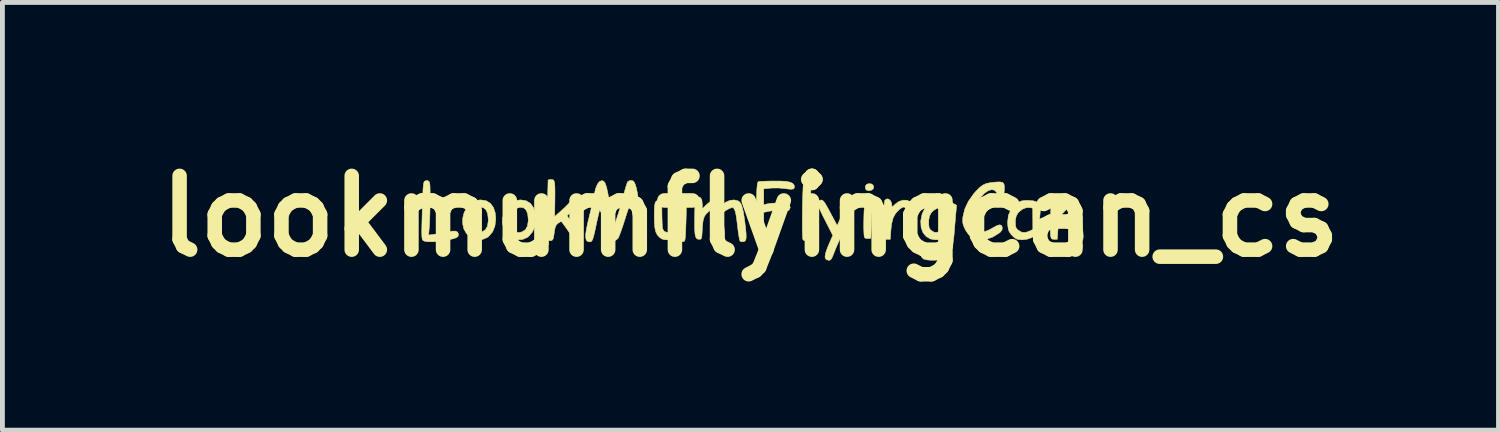
<source format=kicad_pcb>
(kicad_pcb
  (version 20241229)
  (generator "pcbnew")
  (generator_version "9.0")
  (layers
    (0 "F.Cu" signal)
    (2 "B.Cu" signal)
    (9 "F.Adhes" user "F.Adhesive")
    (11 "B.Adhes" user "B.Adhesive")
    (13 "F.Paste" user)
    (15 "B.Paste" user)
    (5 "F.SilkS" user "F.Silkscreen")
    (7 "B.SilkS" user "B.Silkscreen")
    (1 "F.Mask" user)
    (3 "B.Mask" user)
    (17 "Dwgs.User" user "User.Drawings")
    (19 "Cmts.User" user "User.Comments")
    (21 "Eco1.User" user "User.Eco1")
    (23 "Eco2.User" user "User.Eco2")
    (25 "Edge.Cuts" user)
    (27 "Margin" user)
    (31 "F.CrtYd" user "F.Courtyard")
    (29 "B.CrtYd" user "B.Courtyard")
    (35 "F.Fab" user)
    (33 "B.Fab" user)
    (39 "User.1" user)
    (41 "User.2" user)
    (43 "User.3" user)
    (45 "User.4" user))
  (footprint "lookmumflyingcan_cs"
    (layer "F.Cu")
    (at 12.453 1.418)
    (property "Reference" "lookmumflyingcan_cs" (at 0 0 0) (layer "F.SilkS") (effects (font (size 1.524 1.524) (thickness 0.3))))
    (attr through_hole)
    (fp_poly (pts (xy 2.504 -0.667) (xy 2.54 -0.635) (xy 2.546 -0.589) (xy 2.538 -0.569) (xy 2.505 -0.541) (xy 2.455 -0.529) (xy 2.407 -0.535) (xy 2.379 -0.56) (xy 2.372 -0.62) (xy 2.401 -0.66) (xy 2.444 -0.674) (xy 2.504 -0.667)) (stroke (width 0.01) (type solid)) (fill yes) (layer "F.SilkS"))
    (fp_poly (pts (xy 2.466 -0.332) (xy 2.492 -0.312) (xy 2.5 -0.28) (xy 2.504 -0.209) (xy 2.505 -0.103) (xy 2.502 0.035) (xy 2.5 0.085) (xy 2.487 0.455) (xy 2.431 0.462) (xy 2.383 0.457) (xy 2.357 0.44) (xy 2.349 0.407) (xy 2.344 0.34) (xy 2.341 0.25) (xy 2.341 0.144) (xy 2.343 0.032) (xy 2.346 -0.077) (xy 2.352 -0.174) (xy 2.358 -0.251) (xy 2.367 -0.298) (xy 2.371 -0.307) (xy 2.416 -0.335) (xy 2.466 -0.332)) (stroke (width 0.01) (type solid)) (fill yes) (layer "F.SilkS"))
    (fp_poly (pts (xy 1.197 -0.8) (xy 1.234 -0.771) (xy 1.24 -0.758) (xy 1.244 -0.721) (xy 1.246 -0.651) (xy 1.247 -0.553) (xy 1.246 -0.434) (xy 1.243 -0.301) (xy 1.24 -0.16) (xy 1.235 -0.019) (xy 1.23 0.117) (xy 1.224 0.241) (xy 1.218 0.346) (xy 1.212 0.425) (xy 1.205 0.472) (xy 1.202 0.482) (xy 1.158 0.506) (xy 1.107 0.5) (xy 1.086 0.485) (xy 1.08 0.458) (xy 1.076 0.396) (xy 1.073 0.304) (xy 1.072 0.189) (xy 1.072 0.059) (xy 1.073 -0.082) (xy 1.075 -0.225) (xy 1.078 -0.364) (xy 1.083 -0.494) (xy 1.088 -0.606) (xy 1.094 -0.696) (xy 1.1 -0.755) (xy 1.106 -0.778) (xy 1.148 -0.803) (xy 1.197 -0.8)) (stroke (width 0.01) (type solid)) (fill yes) (layer "F.SilkS"))
    (fp_poly (pts (xy -5.46 -0.321) (xy -5.373 -0.268) (xy -5.309 -0.183) (xy -5.272 -0.068) (xy -5.261 0.053) (xy -5.278 0.2) (xy -5.326 0.321) (xy -5.406 0.415) (xy -5.438 0.438) (xy -5.533 0.479) (xy -5.64 0.486) (xy -5.742 0.46) (xy -5.78 0.439) (xy -5.865 0.359) (xy -5.92 0.262) (xy -5.945 0.154) (xy -5.945 0.118) (xy -5.786 0.118) (xy -5.774 0.203) (xy -5.74 0.273) (xy -5.694 0.311) (xy -5.636 0.334) (xy -5.586 0.334) (xy -5.538 0.318) (xy -5.473 0.276) (xy -5.434 0.206) (xy -5.417 0.103) (xy -5.416 0.063) (xy -5.428 -0.051) (xy -5.461 -0.131) (xy -5.514 -0.176) (xy -5.584 -0.185) (xy -5.635 -0.171) (xy -5.7 -0.127) (xy -5.748 -0.058) (xy -5.777 0.028) (xy -5.786 0.118) (xy -5.945 0.118) (xy -5.944 0.041) (xy -5.918 -0.068) (xy -5.868 -0.168) (xy -5.797 -0.25) (xy -5.707 -0.309) (xy -5.6 -0.337) (xy -5.57 -0.338) (xy -5.46 -0.321)) (stroke (width 0.01) (type solid)) (fill yes) (layer "F.SilkS"))
    (fp_poly (pts (xy -4.635 -0.321) (xy -4.547 -0.268) (xy -4.484 -0.183) (xy -4.446 -0.068) (xy -4.436 0.053) (xy -4.452 0.2) (xy -4.501 0.321) (xy -4.581 0.415) (xy -4.612 0.438) (xy -4.708 0.479) (xy -4.814 0.486) (xy -4.916 0.46) (xy -4.955 0.439) (xy -5.04 0.359) (xy -5.094 0.262) (xy -5.12 0.154) (xy -5.119 0.118) (xy -4.961 0.118) (xy -4.949 0.203) (xy -4.915 0.273) (xy -4.868 0.311) (xy -4.811 0.334) (xy -4.76 0.334) (xy -4.712 0.318) (xy -4.648 0.276) (xy -4.608 0.206) (xy -4.591 0.103) (xy -4.59 0.063) (xy -4.602 -0.051) (xy -4.635 -0.131) (xy -4.688 -0.176) (xy -4.759 -0.185) (xy -4.81 -0.171) (xy -4.875 -0.127) (xy -4.922 -0.058) (xy -4.951 0.028) (xy -4.961 0.118) (xy -5.119 0.118) (xy -5.119 0.041) (xy -5.092 -0.068) (xy -5.043 -0.168) (xy -4.972 -0.25) (xy -4.882 -0.309) (xy -4.774 -0.337) (xy -4.745 -0.338) (xy -4.635 -0.321)) (stroke (width 0.01) (type solid)) (fill yes) (layer "F.SilkS"))
    (fp_poly (pts (xy 2.155 -0.311) (xy 2.159 -0.307) (xy 2.165 -0.29) (xy 2.163 -0.262) (xy 2.15 -0.218) (xy 2.125 -0.153) (xy 2.087 -0.062) (xy 2.033 0.059) (xy 1.985 0.164) (xy 1.922 0.301) (xy 1.863 0.435) (xy 1.809 0.558) (xy 1.764 0.662) (xy 1.733 0.739) (xy 1.726 0.757) (xy 1.695 0.836) (xy 1.67 0.882) (xy 1.647 0.905) (xy 1.619 0.91) (xy 1.618 0.91) (xy 1.571 0.896) (xy 1.548 0.874) (xy 1.541 0.83) (xy 1.553 0.759) (xy 1.588 0.658) (xy 1.641 0.531) (xy 1.702 0.395) (xy 1.539 0.076) (xy 1.484 -0.032) (xy 1.438 -0.129) (xy 1.402 -0.208) (xy 1.38 -0.261) (xy 1.375 -0.28) (xy 1.395 -0.313) (xy 1.433 -0.331) (xy 1.459 -0.336) (xy 1.482 -0.333) (xy 1.505 -0.316) (xy 1.533 -0.282) (xy 1.568 -0.224) (xy 1.616 -0.138) (xy 1.674 -0.03) (xy 1.792 0.191) (xy 1.874 0.006) (xy 1.939 -0.135) (xy 1.994 -0.237) (xy 2.04 -0.304) (xy 2.082 -0.336) (xy 2.119 -0.338) (xy 2.155 -0.311)) (stroke (width 0.01) (type solid)) (fill yes) (layer "F.SilkS"))
    (fp_poly (pts (xy -6.652 -0.728) (xy -6.638 -0.715) (xy -6.629 -0.694) (xy -6.622 -0.658) (xy -6.619 -0.6) (xy -6.617 -0.516) (xy -6.617 -0.398) (xy -6.617 -0.326) (xy -6.619 -0.188) (xy -6.622 -0.052) (xy -6.626 0.071) (xy -6.631 0.172) (xy -6.634 0.22) (xy -6.648 0.387) (xy -6.536 0.373) (xy -6.458 0.361) (xy -6.359 0.344) (xy -6.262 0.325) (xy -6.26 0.325) (xy -6.158 0.307) (xy -6.09 0.307) (xy -6.05 0.326) (xy -6.034 0.364) (xy -6.032 0.383) (xy -6.04 0.413) (xy -6.068 0.438) (xy -6.121 0.459) (xy -6.205 0.48) (xy -6.297 0.497) (xy -6.441 0.518) (xy -6.567 0.527) (xy -6.668 0.526) (xy -6.738 0.513) (xy -6.76 0.502) (xy -6.771 0.492) (xy -6.779 0.475) (xy -6.785 0.447) (xy -6.788 0.403) (xy -6.79 0.338) (xy -6.789 0.248) (xy -6.786 0.127) (xy -6.782 -0.029) (xy -6.78 -0.115) (xy -6.775 -0.29) (xy -6.77 -0.427) (xy -6.765 -0.532) (xy -6.76 -0.608) (xy -6.754 -0.661) (xy -6.747 -0.696) (xy -6.738 -0.716) (xy -6.727 -0.727) (xy -6.726 -0.728) (xy -6.68 -0.74) (xy -6.652 -0.728)) (stroke (width 0.01) (type solid)) (fill yes) (layer "F.SilkS"))
    (fp_poly (pts (xy 5.209 -0.699) (xy 5.238 -0.667) (xy 5.247 -0.608) (xy 5.245 -0.547) (xy 5.24 -0.481) (xy 5.229 -0.446) (xy 5.207 -0.432) (xy 5.182 -0.427) (xy 5.137 -0.431) (xy 5.104 -0.463) (xy 5.091 -0.486) (xy 5.046 -0.537) (xy 4.986 -0.551) (xy 4.914 -0.53) (xy 4.834 -0.476) (xy 4.749 -0.388) (xy 4.72 -0.352) (xy 4.633 -0.216) (xy 4.577 -0.082) (xy 4.553 0.043) (xy 4.563 0.156) (xy 4.593 0.228) (xy 4.652 0.297) (xy 4.725 0.329) (xy 4.813 0.326) (xy 4.92 0.286) (xy 5.001 0.242) (xy 5.088 0.194) (xy 5.148 0.176) (xy 5.185 0.188) (xy 5.202 0.229) (xy 5.203 0.236) (xy 5.197 0.283) (xy 5.164 0.326) (xy 5.139 0.346) (xy 5.006 0.429) (xy 4.872 0.475) (xy 4.743 0.484) (xy 4.625 0.457) (xy 4.579 0.433) (xy 4.507 0.377) (xy 4.45 0.296) (xy 4.433 0.263) (xy 4.4 0.19) (xy 4.386 0.13) (xy 4.385 0.061) (xy 4.389 0.015) (xy 4.426 -0.146) (xy 4.502 -0.308) (xy 4.613 -0.466) (xy 4.66 -0.519) (xy 4.736 -0.595) (xy 4.802 -0.645) (xy 4.872 -0.677) (xy 4.96 -0.695) (xy 5.062 -0.706) (xy 5.153 -0.71) (xy 5.209 -0.699)) (stroke (width 0.01) (type solid)) (fill yes) (layer "F.SilkS"))
    (fp_poly (pts (xy -1.37 -0.335) (xy -1.35 -0.322) (xy -1.337 -0.293) (xy -1.329 -0.244) (xy -1.325 -0.169) (xy -1.326 -0.063) (xy -1.33 0.078) (xy -1.331 0.116) (xy -1.336 0.256) (xy -1.34 0.359) (xy -1.345 0.431) (xy -1.351 0.478) (xy -1.358 0.505) (xy -1.369 0.519) (xy -1.384 0.524) (xy -1.391 0.525) (xy -1.441 0.513) (xy -1.463 0.49) (xy -1.492 0.461) (xy -1.533 0.465) (xy -1.54 0.468) (xy -1.59 0.479) (xy -1.662 0.486) (xy -1.705 0.487) (xy -1.781 0.483) (xy -1.834 0.466) (xy -1.882 0.431) (xy -1.885 0.428) (xy -1.927 0.381) (xy -1.956 0.321) (xy -1.974 0.24) (xy -1.984 0.132) (xy -1.987 -0.011) (xy -1.987 -0.021) (xy -1.985 -0.142) (xy -1.979 -0.227) (xy -1.967 -0.282) (xy -1.948 -0.313) (xy -1.919 -0.326) (xy -1.893 -0.328) (xy -1.831 -0.328) (xy -1.829 -0.063) (xy -1.827 0.044) (xy -1.824 0.141) (xy -1.819 0.216) (xy -1.813 0.259) (xy -1.813 0.26) (xy -1.785 0.308) (xy -1.729 0.332) (xy -1.643 0.332) (xy -1.593 0.325) (xy -1.492 0.307) (xy -1.486 0.012) (xy -1.482 -0.119) (xy -1.476 -0.214) (xy -1.465 -0.277) (xy -1.449 -0.316) (xy -1.426 -0.334) (xy -1.397 -0.339) (xy -1.37 -0.335)) (stroke (width 0.01) (type solid)) (fill yes) (layer "F.SilkS"))
    (fp_poly (pts (xy 2.862 -0.352) (xy 2.898 -0.316) (xy 2.919 -0.258) (xy 2.921 -0.23) (xy 2.923 -0.203) (xy 2.935 -0.2) (xy 2.964 -0.224) (xy 2.993 -0.252) (xy 3.074 -0.309) (xy 3.161 -0.334) (xy 3.244 -0.329) (xy 3.314 -0.292) (xy 3.364 -0.227) (xy 3.368 -0.216) (xy 3.379 -0.169) (xy 3.389 -0.094) (xy 3.396 -0.004) (xy 3.398 0.021) (xy 3.404 0.126) (xy 3.411 0.235) (xy 3.419 0.326) (xy 3.42 0.334) (xy 3.425 0.424) (xy 3.417 0.48) (xy 3.408 0.498) (xy 3.362 0.526) (xy 3.313 0.519) (xy 3.279 0.483) (xy 3.269 0.445) (xy 3.259 0.375) (xy 3.251 0.28) (xy 3.244 0.172) (xy 3.244 0.15) (xy 3.237 0.01) (xy 3.226 -0.09) (xy 3.21 -0.155) (xy 3.187 -0.187) (xy 3.154 -0.19) (xy 3.11 -0.166) (xy 3.07 -0.135) (xy 2.998 -0.058) (xy 2.947 0.037) (xy 2.916 0.157) (xy 2.902 0.286) (xy 2.889 0.476) (xy 2.826 0.476) (xy 2.782 0.471) (xy 2.76 0.447) (xy 2.75 0.402) (xy 2.745 0.348) (xy 2.743 0.266) (xy 2.744 0.166) (xy 2.746 0.056) (xy 2.751 -0.055) (xy 2.756 -0.159) (xy 2.763 -0.245) (xy 2.771 -0.307) (xy 2.778 -0.333) (xy 2.819 -0.36) (xy 2.862 -0.352)) (stroke (width 0.01) (type solid)) (fill yes) (layer "F.SilkS"))
    (fp_poly (pts (xy 6.312 -0.352) (xy 6.348 -0.316) (xy 6.369 -0.258) (xy 6.371 -0.23) (xy 6.373 -0.203) (xy 6.385 -0.2) (xy 6.414 -0.224) (xy 6.443 -0.252) (xy 6.524 -0.309) (xy 6.611 -0.334) (xy 6.694 -0.329) (xy 6.764 -0.292) (xy 6.814 -0.227) (xy 6.818 -0.216) (xy 6.829 -0.169) (xy 6.839 -0.094) (xy 6.846 -0.004) (xy 6.848 0.021) (xy 6.854 0.126) (xy 6.861 0.235) (xy 6.869 0.326) (xy 6.87 0.334) (xy 6.875 0.424) (xy 6.867 0.48) (xy 6.858 0.498) (xy 6.812 0.526) (xy 6.763 0.519) (xy 6.729 0.483) (xy 6.719 0.445) (xy 6.709 0.375) (xy 6.701 0.28) (xy 6.695 0.172) (xy 6.694 0.15) (xy 6.687 0.01) (xy 6.676 -0.09) (xy 6.661 -0.155) (xy 6.637 -0.187) (xy 6.604 -0.19) (xy 6.56 -0.166) (xy 6.52 -0.135) (xy 6.448 -0.058) (xy 6.397 0.037) (xy 6.366 0.157) (xy 6.352 0.286) (xy 6.339 0.476) (xy 6.276 0.476) (xy 6.232 0.471) (xy 6.211 0.447) (xy 6.2 0.402) (xy 6.196 0.348) (xy 6.194 0.266) (xy 6.194 0.166) (xy 6.197 0.056) (xy 6.201 -0.055) (xy 6.207 -0.159) (xy 6.213 -0.245) (xy 6.221 -0.307) (xy 6.228 -0.333) (xy 6.269 -0.36) (xy 6.312 -0.352)) (stroke (width 0.01) (type solid)) (fill yes) (layer "F.SilkS"))
    (fp_poly (pts (xy 5.85 -0.318) (xy 5.934 -0.29) (xy 5.983 -0.246) (xy 5.996 -0.188) (xy 5.984 -0.059) (xy 5.976 0.035) (xy 5.974 0.105) (xy 5.976 0.159) (xy 5.983 0.204) (xy 5.996 0.251) (xy 6.01 0.294) (xy 6.032 0.367) (xy 6.044 0.426) (xy 6.045 0.458) (xy 6.017 0.483) (xy 5.972 0.481) (xy 5.925 0.453) (xy 5.917 0.445) (xy 5.892 0.42) (xy 5.868 0.415) (xy 5.831 0.429) (xy 5.798 0.445) (xy 5.718 0.473) (xy 5.623 0.485) (xy 5.536 0.48) (xy 5.503 0.472) (xy 5.448 0.438) (xy 5.39 0.381) (xy 5.345 0.317) (xy 5.343 0.313) (xy 5.326 0.261) (xy 5.316 0.185) (xy 5.313 0.123) (xy 5.473 0.123) (xy 5.476 0.195) (xy 5.49 0.241) (xy 5.519 0.277) (xy 5.532 0.288) (xy 5.605 0.33) (xy 5.686 0.334) (xy 5.766 0.306) (xy 5.834 0.274) (xy 5.833 0.053) (xy 5.831 -0.168) (xy 5.775 -0.18) (xy 5.698 -0.178) (xy 5.616 -0.145) (xy 5.544 -0.087) (xy 5.523 -0.062) (xy 5.489 0.002) (xy 5.475 0.078) (xy 5.473 0.123) (xy 5.313 0.123) (xy 5.313 0.121) (xy 5.329 -0.02) (xy 5.38 -0.137) (xy 5.466 -0.235) (xy 5.5 -0.261) (xy 5.556 -0.298) (xy 5.606 -0.318) (xy 5.667 -0.327) (xy 5.737 -0.328) (xy 5.85 -0.318)) (stroke (width 0.01) (type solid)) (fill yes) (layer "F.SilkS"))
    (fp_poly (pts (xy 0.633 -0.727) (xy 0.745 -0.719) (xy 0.824 -0.703) (xy 0.874 -0.679) (xy 0.901 -0.646) (xy 0.907 -0.627) (xy 0.907 -0.587) (xy 0.884 -0.564) (xy 0.833 -0.558) (xy 0.748 -0.567) (xy 0.721 -0.571) (xy 0.579 -0.585) (xy 0.438 -0.583) (xy 0.422 -0.582) (xy 0.275 -0.567) (xy 0.275 -0.236) (xy 0.344 -0.255) (xy 0.408 -0.266) (xy 0.498 -0.272) (xy 0.597 -0.272) (xy 0.688 -0.267) (xy 0.757 -0.258) (xy 0.762 -0.256) (xy 0.809 -0.226) (xy 0.822 -0.18) (xy 0.801 -0.134) (xy 0.778 -0.116) (xy 0.738 -0.108) (xy 0.672 -0.109) (xy 0.627 -0.113) (xy 0.533 -0.116) (xy 0.439 -0.112) (xy 0.378 -0.103) (xy 0.275 -0.081) (xy 0.275 0.209) (xy 0.274 0.338) (xy 0.27 0.43) (xy 0.26 0.491) (xy 0.245 0.528) (xy 0.221 0.546) (xy 0.189 0.55) (xy 0.189 0.55) (xy 0.146 0.535) (xy 0.127 0.519) (xy 0.119 0.499) (xy 0.114 0.46) (xy 0.111 0.397) (xy 0.109 0.307) (xy 0.11 0.184) (xy 0.114 0.026) (xy 0.117 -0.107) (xy 0.122 -0.285) (xy 0.127 -0.425) (xy 0.131 -0.532) (xy 0.137 -0.609) (xy 0.143 -0.662) (xy 0.15 -0.694) (xy 0.159 -0.71) (xy 0.164 -0.714) (xy 0.196 -0.719) (xy 0.262 -0.723) (xy 0.352 -0.726) (xy 0.458 -0.728) (xy 0.484 -0.728) (xy 0.633 -0.727)) (stroke (width 0.01) (type solid)) (fill yes) (layer "F.SilkS"))
    (fp_poly (pts (xy -4.073 -0.752) (xy -4.056 -0.728) (xy -4.045 -0.683) (xy -4.04 -0.612) (xy -4.038 -0.509) (xy -4.039 -0.37) (xy -4.039 -0.358) (xy -4.044 0.004) (xy -3.905 -0.118) (xy -3.835 -0.181) (xy -3.774 -0.242) (xy -3.731 -0.289) (xy -3.724 -0.299) (xy -3.67 -0.353) (xy -3.615 -0.374) (xy -3.567 -0.36) (xy -3.566 -0.359) (xy -3.541 -0.328) (xy -3.541 -0.291) (xy -3.568 -0.242) (xy -3.625 -0.175) (xy -3.662 -0.138) (xy -3.788 -0.01) (xy -3.66 0.17) (xy -3.59 0.268) (xy -3.543 0.34) (xy -3.517 0.392) (xy -3.507 0.429) (xy -3.511 0.459) (xy -3.517 0.471) (xy -3.553 0.505) (xy -3.6 0.504) (xy -3.648 0.471) (xy -3.672 0.439) (xy -3.698 0.398) (xy -3.74 0.337) (xy -3.789 0.267) (xy -3.837 0.199) (xy -3.878 0.144) (xy -3.904 0.111) (xy -3.906 0.109) (xy -3.926 0.114) (xy -3.966 0.139) (xy -3.973 0.144) (xy -4.005 0.173) (xy -4.027 0.21) (xy -4.042 0.267) (xy -4.053 0.342) (xy -4.065 0.422) (xy -4.077 0.469) (xy -4.093 0.492) (xy -4.117 0.502) (xy -4.133 0.504) (xy -4.181 0.5) (xy -4.202 0.483) (xy -4.204 0.455) (xy -4.205 0.391) (xy -4.204 0.296) (xy -4.203 0.175) (xy -4.2 0.034) (xy -4.197 -0.12) (xy -4.196 -0.148) (xy -4.18 -0.751) (xy -4.13 -0.759) (xy -4.097 -0.76) (xy -4.073 -0.752)) (stroke (width 0.01) (type solid)) (fill yes) (layer "F.SilkS"))
    (fp_poly (pts (xy 4.067 -0.328) (xy 4.125 -0.304) (xy 4.159 -0.285) (xy 4.259 -0.226) (xy 4.247 -0.097) (xy 4.24 -0.025) (xy 4.232 0.077) (xy 4.222 0.193) (xy 4.213 0.306) (xy 4.203 0.417) (xy 4.191 0.519) (xy 4.18 0.603) (xy 4.17 0.656) (xy 4.17 0.657) (xy 4.123 0.763) (xy 4.05 0.844) (xy 3.987 0.881) (xy 3.92 0.898) (xy 3.83 0.907) (xy 3.734 0.908) (xy 3.646 0.901) (xy 3.582 0.885) (xy 3.577 0.883) (xy 3.533 0.841) (xy 3.524 0.804) (xy 3.526 0.779) (xy 3.536 0.764) (xy 3.562 0.756) (xy 3.612 0.752) (xy 3.695 0.751) (xy 3.722 0.751) (xy 3.815 0.751) (xy 3.876 0.747) (xy 3.916 0.738) (xy 3.943 0.721) (xy 3.968 0.694) (xy 3.968 0.694) (xy 4.002 0.637) (xy 4.033 0.554) (xy 4.055 0.463) (xy 4.064 0.382) (xy 4.059 0.364) (xy 4.039 0.372) (xy 3.998 0.409) (xy 3.992 0.415) (xy 3.938 0.462) (xy 3.886 0.483) (xy 3.828 0.487) (xy 3.717 0.468) (xy 3.628 0.415) (xy 3.562 0.333) (xy 3.525 0.225) (xy 3.52 0.129) (xy 3.683 0.129) (xy 3.686 0.202) (xy 3.696 0.247) (xy 3.72 0.279) (xy 3.739 0.295) (xy 3.797 0.33) (xy 3.852 0.334) (xy 3.917 0.305) (xy 3.928 0.299) (xy 4 0.231) (xy 4.047 0.13) (xy 4.07 0.001) (xy 4.071 -0.027) (xy 4.072 -0.099) (xy 4.066 -0.14) (xy 4.05 -0.162) (xy 4.019 -0.177) (xy 4.016 -0.178) (xy 3.937 -0.186) (xy 3.852 -0.163) (xy 3.774 -0.114) (xy 3.731 -0.066) (xy 3.699 -0.002) (xy 3.685 0.074) (xy 3.683 0.129) (xy 3.52 0.129) (xy 3.519 0.095) (xy 3.519 0.093) (xy 3.548 -0.052) (xy 3.606 -0.17) (xy 3.694 -0.258) (xy 3.808 -0.314) (xy 3.926 -0.335) (xy 4.008 -0.337) (xy 4.067 -0.328)) (stroke (width 0.01) (type solid)) (fill yes) (layer "F.SilkS"))
    (fp_poly (pts (xy -1.032 -0.386) (xy -1.004 -0.337) (xy -0.995 -0.253) (xy -0.995 -0.154) (xy -0.902 -0.246) (xy -0.819 -0.314) (xy -0.743 -0.34) (xy -0.673 -0.325) (xy -0.628 -0.291) (xy -0.58 -0.243) (xy -0.509 -0.291) (xy -0.426 -0.328) (xy -0.336 -0.338) (xy -0.257 -0.319) (xy -0.253 -0.317) (xy -0.218 -0.29) (xy -0.19 -0.247) (xy -0.167 -0.181) (xy -0.146 -0.088) (xy -0.126 0.04) (xy -0.117 0.106) (xy -0.1 0.249) (xy -0.09 0.355) (xy -0.088 0.43) (xy -0.094 0.48) (xy -0.109 0.509) (xy -0.133 0.523) (xy -0.145 0.526) (xy -0.192 0.524) (xy -0.215 0.513) (xy -0.224 0.486) (xy -0.236 0.425) (xy -0.25 0.339) (xy -0.263 0.237) (xy -0.265 0.218) (xy -0.282 0.076) (xy -0.298 -0.03) (xy -0.315 -0.103) (xy -0.334 -0.15) (xy -0.355 -0.177) (xy -0.359 -0.18) (xy -0.389 -0.178) (xy -0.441 -0.158) (xy -0.477 -0.138) (xy -0.519 -0.113) (xy -0.547 -0.089) (xy -0.564 -0.059) (xy -0.57 -0.014) (xy -0.567 0.052) (xy -0.556 0.148) (xy -0.547 0.221) (xy -0.535 0.345) (xy -0.533 0.433) (xy -0.544 0.49) (xy -0.567 0.52) (xy -0.603 0.529) (xy -0.651 0.515) (xy -0.674 0.492) (xy -0.683 0.458) (xy -0.692 0.391) (xy -0.7 0.299) (xy -0.708 0.193) (xy -0.709 0.169) (xy -0.717 0.034) (xy -0.724 -0.063) (xy -0.734 -0.126) (xy -0.746 -0.16) (xy -0.765 -0.168) (xy -0.791 -0.156) (xy -0.827 -0.128) (xy -0.842 -0.115) (xy -0.902 -0.061) (xy -0.942 -0.012) (xy -0.967 0.044) (xy -0.982 0.116) (xy -0.991 0.216) (xy -0.994 0.265) (xy -1 0.361) (xy -1.005 0.422) (xy -1.014 0.457) (xy -1.027 0.472) (xy -1.047 0.476) (xy -1.058 0.476) (xy -1.092 0.471) (xy -1.117 0.453) (xy -1.135 0.417) (xy -1.146 0.357) (xy -1.152 0.27) (xy -1.154 0.149) (xy -1.153 0.026) (xy -1.15 -0.12) (xy -1.146 -0.23) (xy -1.14 -0.307) (xy -1.13 -0.357) (xy -1.117 -0.387) (xy -1.099 -0.4) (xy -1.081 -0.402) (xy -1.032 -0.386)) (stroke (width 0.01) (type solid)) (fill yes) (layer "F.SilkS"))
    (fp_poly (pts (xy -2.43 -0.733) (xy -2.402 -0.706) (xy -2.378 -0.656) (xy -2.355 -0.577) (xy -2.333 -0.466) (xy -2.309 -0.318) (xy -2.307 -0.307) (xy -2.285 -0.171) (xy -2.258 -0.023) (xy -2.228 0.119) (xy -2.202 0.231) (xy -2.173 0.354) (xy -2.159 0.441) (xy -2.159 0.5) (xy -2.175 0.534) (xy -2.207 0.548) (xy -2.233 0.55) (xy -2.285 0.532) (xy -2.308 0.507) (xy -2.32 0.471) (xy -2.337 0.404) (xy -2.358 0.313) (xy -2.381 0.208) (xy -2.404 0.098) (xy -2.424 -0.008) (xy -2.441 -0.101) (xy -2.452 -0.171) (xy -2.455 -0.205) (xy -2.459 -0.25) (xy -2.472 -0.257) (xy -2.492 -0.225) (xy -2.522 -0.154) (xy -2.56 -0.042) (xy -2.594 0.068) (xy -2.632 0.186) (xy -2.668 0.292) (xy -2.7 0.378) (xy -2.725 0.438) (xy -2.737 0.459) (xy -2.788 0.5) (xy -2.84 0.502) (xy -2.886 0.463) (xy -2.888 0.46) (xy -2.903 0.425) (xy -2.924 0.358) (xy -2.951 0.267) (xy -2.979 0.163) (xy -3.007 0.054) (xy -3.033 -0.051) (xy -3.054 -0.143) (xy -3.067 -0.212) (xy -3.071 -0.242) (xy -3.076 -0.248) (xy -3.089 -0.218) (xy -3.107 -0.158) (xy -3.129 -0.073) (xy -3.154 0.031) (xy -3.181 0.149) (xy -3.198 0.233) (xy -3.224 0.351) (xy -3.245 0.434) (xy -3.264 0.487) (xy -3.283 0.516) (xy -3.306 0.528) (xy -3.32 0.529) (xy -3.363 0.521) (xy -3.391 0.493) (xy -3.404 0.443) (xy -3.403 0.366) (xy -3.387 0.259) (xy -3.357 0.117) (xy -3.335 0.028) (xy -3.305 -0.097) (xy -3.275 -0.227) (xy -3.248 -0.345) (xy -3.229 -0.439) (xy -3.228 -0.445) (xy -3.198 -0.574) (xy -3.161 -0.664) (xy -3.118 -0.717) (xy -3.072 -0.737) (xy -3.034 -0.727) (xy -3.001 -0.683) (xy -2.973 -0.603) (xy -2.947 -0.484) (xy -2.944 -0.466) (xy -2.929 -0.388) (xy -2.908 -0.284) (xy -2.884 -0.168) (xy -2.864 -0.077) (xy -2.807 0.175) (xy -2.747 -0.003) (xy -2.716 -0.098) (xy -2.681 -0.218) (xy -2.645 -0.345) (xy -2.622 -0.434) (xy -2.595 -0.534) (xy -2.57 -0.62) (xy -2.549 -0.683) (xy -2.536 -0.714) (xy -2.535 -0.714) (xy -2.499 -0.735) (xy -2.463 -0.741) (xy -2.43 -0.733)) (stroke (width 0.01) (type solid)) (fill yes) (layer "F.SilkS")))
  (gr_rect
    (start -3 -3)
    (end 27.907 5.836)
    (stroke (width 0.1) (type default))
    (fill no)
    (layer "Edge.Cuts")))
</source>
